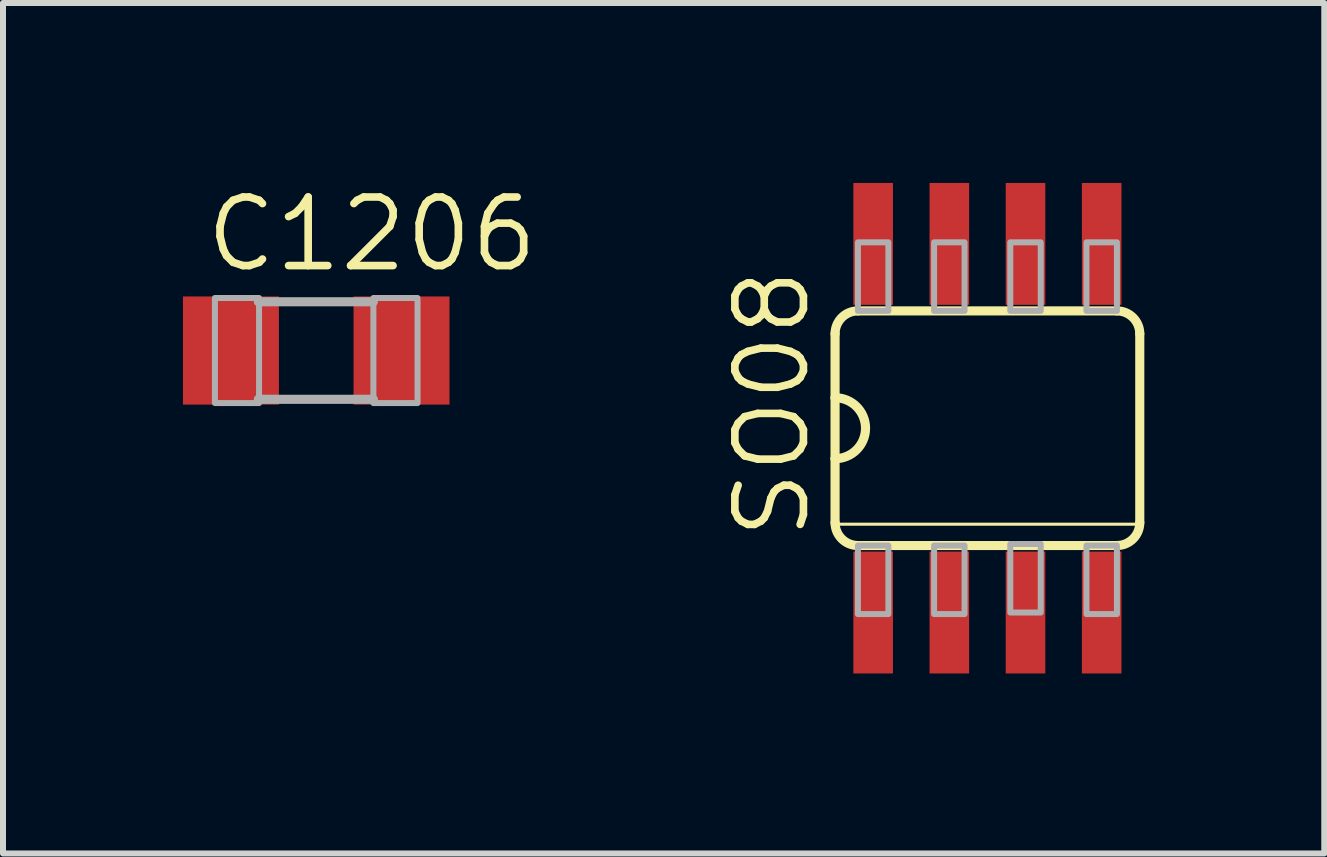
<source format=kicad_pcb>
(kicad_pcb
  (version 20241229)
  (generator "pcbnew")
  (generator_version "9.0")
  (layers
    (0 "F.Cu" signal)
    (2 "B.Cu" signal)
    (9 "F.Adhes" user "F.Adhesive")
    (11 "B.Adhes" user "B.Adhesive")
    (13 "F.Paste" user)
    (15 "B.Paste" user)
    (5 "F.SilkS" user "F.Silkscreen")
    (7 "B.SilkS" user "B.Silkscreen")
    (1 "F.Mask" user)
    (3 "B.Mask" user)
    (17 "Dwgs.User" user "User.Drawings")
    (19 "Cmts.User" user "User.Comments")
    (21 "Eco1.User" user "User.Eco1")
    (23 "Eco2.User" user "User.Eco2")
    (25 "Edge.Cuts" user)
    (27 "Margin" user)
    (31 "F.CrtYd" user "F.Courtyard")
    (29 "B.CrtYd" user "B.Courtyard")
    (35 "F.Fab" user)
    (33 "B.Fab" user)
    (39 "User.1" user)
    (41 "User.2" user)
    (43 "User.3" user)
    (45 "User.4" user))
  (footprint "C1206"
    (layer "F.Cu")
    (at 2.222 2.794)
    (property "Reference" "C1206" (at -1.905 -1.27 0) (unlocked yes) (layer "F.SilkS") (effects (font (size 1.143 1.143) (thickness 0.127)) (justify left bottom)))
    (fp_line (start 0.953 -0.813) (end -0.965 -0.813) (stroke (width 0.152) (type solid)) (layer "F.Fab"))
    (fp_line (start 0.953 0.813) (end -0.965 0.813) (stroke (width 0.152) (type solid)) (layer "F.Fab"))
    (fp_poly (pts (xy -1.689 0.876) (xy -0.953 0.876) (xy -0.953 -0.876) (xy -1.689 -0.876)) (stroke (width 0.1) (type default)) (fill no) (layer "F.Fab"))
    (fp_poly (pts (xy 0.953 0.876) (xy 1.689 0.876) (xy 1.689 -0.876) (xy 0.953 -0.876)) (stroke (width 0.1) (type default)) (fill no) (layer "F.Fab"))
    (pad "1" smd rect (at -1.422 0) (size 1.6 1.803) (layers "F.Cu" "F.Mask" "F.Paste"))
    (pad "2" smd rect (at 1.422 0) (size 1.6 1.803) (layers "F.Cu" "F.Mask" "F.Paste")))
  (footprint "SO08"
    (layer "F.Cu")
    (at 13.412 4.089)
    (property "Reference" "SO08" (at -2.921 1.905 90) (unlocked yes) (layer "F.SilkS") (effects (font (size 1.143 1.143) (thickness 0.127)) (justify left bottom)))
    (fp_line (start -2.54 -1.575) (end -2.54 -0.508) (stroke (width 0.152) (type solid)) (layer "F.SilkS"))
    (fp_line (start -2.54 -0.508) (end -2.54 0.508) (stroke (width 0.152) (type solid)) (layer "F.SilkS"))
    (fp_line (start -2.54 0.508) (end -2.54 1.575) (stroke (width 0.152) (type solid)) (layer "F.SilkS"))
    (fp_line (start -2.54 1.6) (end 2.54 1.6) (stroke (width 0.051) (type solid)) (layer "F.SilkS"))
    (fp_line (start -2.159 1.956) (end 2.159 1.956) (stroke (width 0.152) (type solid)) (layer "F.SilkS"))
    (fp_line (start 2.159 -1.956) (end -2.159 -1.956) (stroke (width 0.152) (type solid)) (layer "F.SilkS"))
    (fp_line (start 2.54 1.575) (end 2.54 -1.575) (stroke (width 0.152) (type solid)) (layer "F.SilkS"))
    (fp_arc (start -2.54 -1.5748) (mid -2.428408 -1.844208) (end -2.159 -1.9558) (stroke (width 0.1524) (type solid)) (layer "F.SilkS"))
    (fp_arc (start -2.54 -0.508) (mid -2.032 0) (end -2.54 0.508) (stroke (width 0.1524) (type solid)) (layer "F.SilkS"))
    (fp_arc (start -2.159 1.9558) (mid -2.428408 1.844208) (end -2.54 1.5748) (stroke (width 0.1524) (type solid)) (layer "F.SilkS"))
    (fp_arc (start 2.159 -1.9558) (mid 2.428408 -1.844208) (end 2.54 -1.5748) (stroke (width 0.1524) (type solid)) (layer "F.SilkS"))
    (fp_arc (start 2.54 1.5748) (mid 2.428408 1.844208) (end 2.159 1.9558) (stroke (width 0.1524) (type solid)) (layer "F.SilkS"))
    (fp_poly (pts (xy -2.159 -1.956) (xy -1.651 -1.956) (xy -1.651 -3.099) (xy -2.159 -3.099)) (stroke (width 0.1) (type default)) (fill no) (layer "F.Fab"))
    (fp_poly (pts (xy -2.159 3.099) (xy -1.651 3.099) (xy -1.651 1.956) (xy -2.159 1.956)) (stroke (width 0.1) (type default)) (fill no) (layer "F.Fab"))
    (fp_poly (pts (xy -0.889 -1.956) (xy -0.381 -1.956) (xy -0.381 -3.099) (xy -0.889 -3.099)) (stroke (width 0.1) (type default)) (fill no) (layer "F.Fab"))
    (fp_poly (pts (xy -0.889 3.099) (xy -0.381 3.099) (xy -0.381 1.956) (xy -0.889 1.956)) (stroke (width 0.1) (type default)) (fill no) (layer "F.Fab"))
    (fp_poly (pts (xy 0.381 -1.956) (xy 0.889 -1.956) (xy 0.889 -3.099) (xy 0.381 -3.099)) (stroke (width 0.1) (type default)) (fill no) (layer "F.Fab"))
    (fp_poly (pts (xy 0.381 3.073) (xy 0.889 3.073) (xy 0.889 1.93) (xy 0.381 1.93)) (stroke (width 0.1) (type default)) (fill no) (layer "F.Fab"))
    (fp_poly (pts (xy 1.651 -1.956) (xy 2.159 -1.956) (xy 2.159 -3.099) (xy 1.651 -3.099)) (stroke (width 0.1) (type default)) (fill no) (layer "F.Fab"))
    (fp_poly (pts (xy 1.651 3.099) (xy 2.159 3.099) (xy 2.159 1.956) (xy 1.651 1.956)) (stroke (width 0.1) (type default)) (fill no) (layer "F.Fab"))
    (pad "1" smd rect (at -1.905 3.073) (size 0.66 2.032) (layers "F.Cu" "F.Mask" "F.Paste"))
    (pad "2" smd rect (at -0.635 3.073) (size 0.66 2.032) (layers "F.Cu" "F.Mask" "F.Paste"))
    (pad "3" smd rect (at 0.635 3.073) (size 0.66 2.032) (layers "F.Cu" "F.Mask" "F.Paste"))
    (pad "4" smd rect (at 1.905 3.073) (size 0.66 2.032) (layers "F.Cu" "F.Mask" "F.Paste"))
    (pad "5" smd rect (at 1.905 -3.073) (size 0.66 2.032) (layers "F.Cu" "F.Mask" "F.Paste"))
    (pad "6" smd rect (at 0.635 -3.073) (size 0.66 2.032) (layers "F.Cu" "F.Mask" "F.Paste"))
    (pad "7" smd rect (at -0.635 -3.073) (size 0.66 2.032) (layers "F.Cu" "F.Mask" "F.Paste"))
    (pad "8" smd rect (at -1.905 -3.073) (size 0.66 2.032) (layers "F.Cu" "F.Mask" "F.Paste")))
  (gr_rect
    (start -3 -3)
    (end 19.028 11.179)
    (stroke (width 0.1) (type default))
    (fill no)
    (layer "Edge.Cuts")))
</source>
